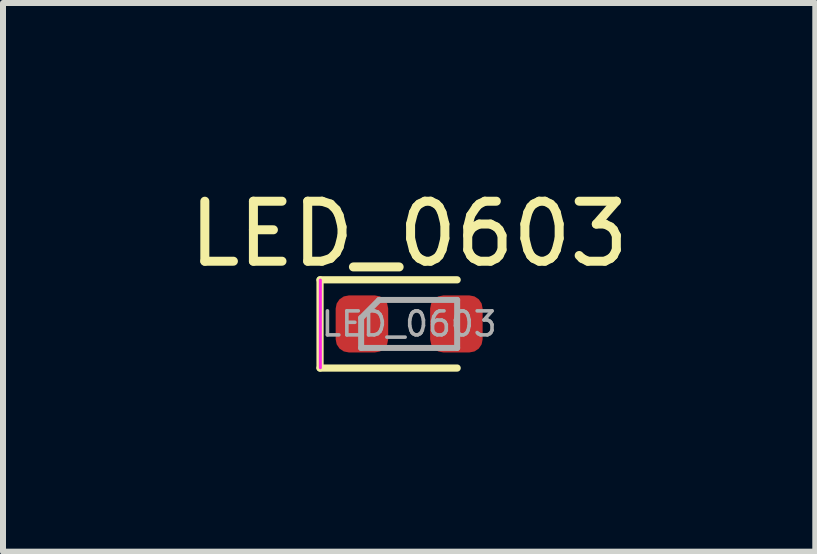
<source format=kicad_pcb>
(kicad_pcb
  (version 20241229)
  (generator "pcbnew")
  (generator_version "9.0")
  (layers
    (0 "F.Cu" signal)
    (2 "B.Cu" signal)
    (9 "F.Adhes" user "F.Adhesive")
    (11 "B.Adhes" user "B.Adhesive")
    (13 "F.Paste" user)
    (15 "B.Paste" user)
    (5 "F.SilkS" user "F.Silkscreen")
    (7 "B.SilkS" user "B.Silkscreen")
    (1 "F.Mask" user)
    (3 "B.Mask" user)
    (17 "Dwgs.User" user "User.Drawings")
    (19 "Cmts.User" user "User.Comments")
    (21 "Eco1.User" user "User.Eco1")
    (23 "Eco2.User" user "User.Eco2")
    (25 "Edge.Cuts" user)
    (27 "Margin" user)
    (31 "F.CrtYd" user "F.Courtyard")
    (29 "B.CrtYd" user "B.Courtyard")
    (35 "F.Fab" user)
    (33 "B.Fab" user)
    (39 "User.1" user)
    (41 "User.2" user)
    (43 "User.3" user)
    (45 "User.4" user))
  (footprint "LED_0603"
    (layer "F.Cu")
    (at 3.768 2.348)
    (property "Reference" "LED_0603" (at 0 -1.5 0) (layer "F.SilkS") (effects (font (size 1 1) (thickness 0.15))))
    (attr smd)
    (fp_line (start -1.485 -0.735) (end -1.485 0.735) (stroke (width 0.12) (type solid)) (layer "F.SilkS"))
    (fp_line (start -1.485 0.735) (end 0.8 0.735) (stroke (width 0.12) (type solid)) (layer "F.SilkS"))
    (fp_line (start 0.8 -0.735) (end -1.485 -0.735) (stroke (width 0.12) (type solid)) (layer "F.SilkS"))
    (fp_line (start -1.48 0.73) (end -1.48 -0.73) (stroke (width 0.05) (type solid)) (layer "F.CrtYd"))
    (fp_line (start -0.8 -0.1) (end -0.8 0.4) (stroke (width 0.1) (type solid)) (layer "F.Fab"))
    (fp_line (start -0.8 0.4) (end 0.8 0.4) (stroke (width 0.1) (type solid)) (layer "F.Fab"))
    (fp_line (start -0.5 -0.4) (end -0.8 -0.1) (stroke (width 0.1) (type solid)) (layer "F.Fab"))
    (fp_line (start 0.8 -0.4) (end -0.5 -0.4) (stroke (width 0.1) (type solid)) (layer "F.Fab"))
    (fp_line (start 0.8 0.4) (end 0.8 -0.4) (stroke (width 0.1) (type solid)) (layer "F.Fab"))
    (fp_text user "${REFERENCE}" (at 0 0 0) (layer "F.Fab") (effects (font (size 0.4 0.4) (thickness 0.06))))
    (pad "1" smd roundrect (at -0.787 0) (size 0.875 0.95) (layers "F.Cu" "F.Mask" "F.Paste") (roundrect_rratio 0.25))
    (pad "2" smd roundrect (at 0.787 0) (size 0.875 0.95) (layers "F.Cu" "F.Mask" "F.Paste") (roundrect_rratio 0.25)))
  (gr_rect
    (start -3 -3)
    (end 10.536 6.143)
    (stroke (width 0.1) (type default))
    (fill no)
    (layer "Edge.Cuts")))
</source>
